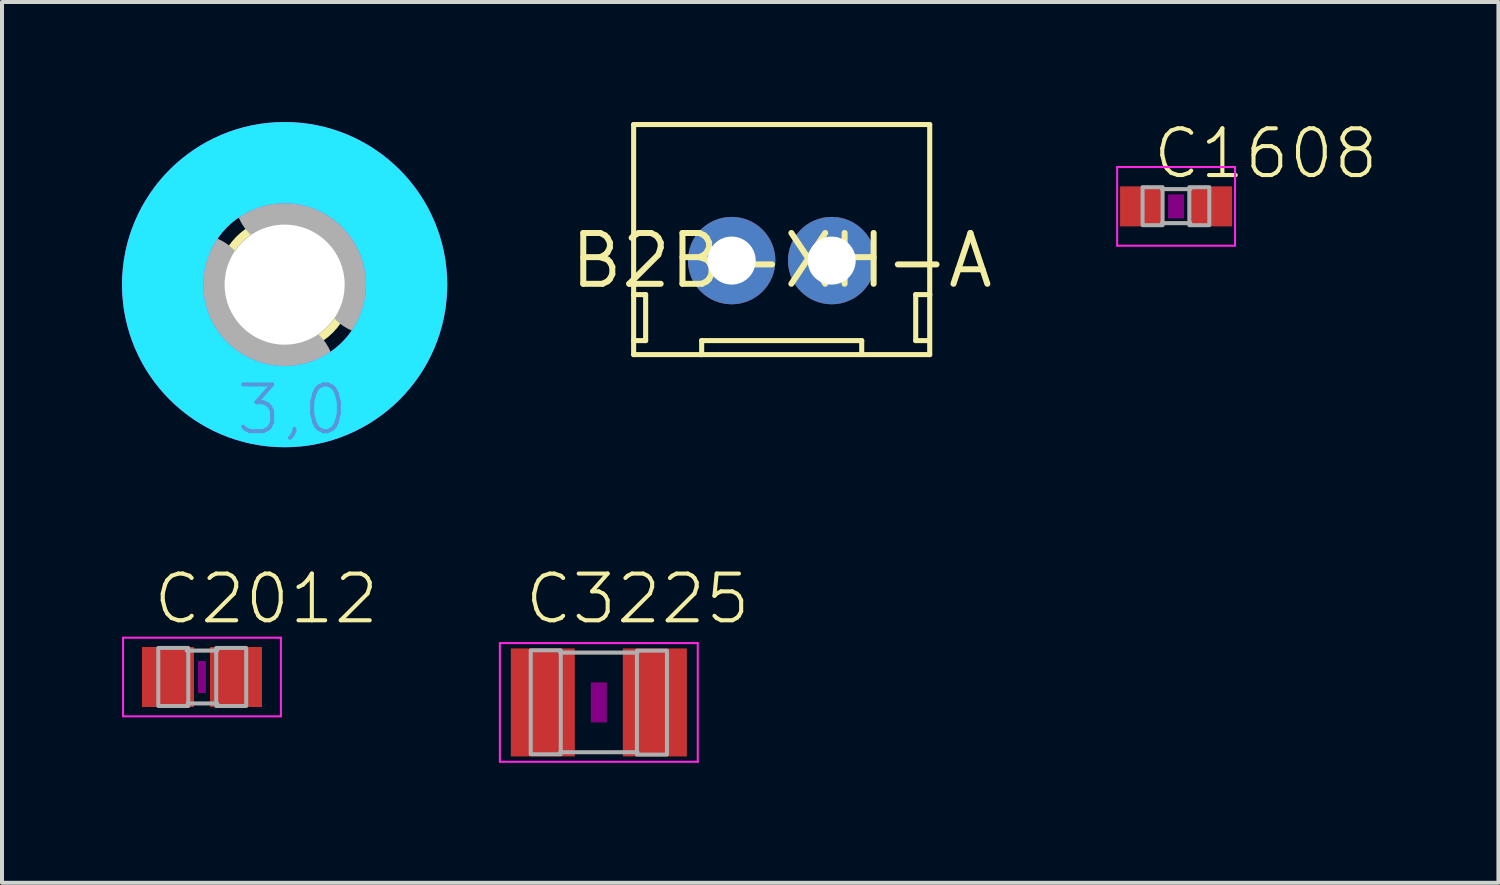
<source format=kicad_pcb>
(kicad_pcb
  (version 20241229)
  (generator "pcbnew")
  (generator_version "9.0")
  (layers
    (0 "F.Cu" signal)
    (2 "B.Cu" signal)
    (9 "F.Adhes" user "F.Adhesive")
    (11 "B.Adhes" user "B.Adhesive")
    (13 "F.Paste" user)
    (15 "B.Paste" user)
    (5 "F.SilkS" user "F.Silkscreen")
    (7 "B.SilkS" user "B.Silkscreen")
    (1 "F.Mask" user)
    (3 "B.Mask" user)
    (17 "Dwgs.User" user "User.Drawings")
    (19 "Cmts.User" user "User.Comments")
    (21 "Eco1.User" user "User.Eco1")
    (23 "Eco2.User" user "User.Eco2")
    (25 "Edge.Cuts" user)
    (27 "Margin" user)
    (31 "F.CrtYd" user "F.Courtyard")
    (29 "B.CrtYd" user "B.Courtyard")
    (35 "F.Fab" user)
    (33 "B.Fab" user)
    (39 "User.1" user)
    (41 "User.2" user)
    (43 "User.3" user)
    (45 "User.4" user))
  (footprint "B2B-XH-A"
    (layer "F.Cu")
    (at 16.487 3.463)
    (property "Reference" "B2B-XH-A" (at 0 0 0) (layer "F.SilkS") (effects (font (size 1.27 1.27) (thickness 0.15))))
    (fp_line (start -3.7 -3.4) (end 3.7 -3.4) (stroke (width 0.127) (type solid)) (layer "F.SilkS"))
    (fp_line (start -3.7 0.85) (end -3.7 -3.4) (stroke (width 0.127) (type solid)) (layer "F.SilkS"))
    (fp_line (start -3.7 0.85) (end -3.4 0.85) (stroke (width 0.127) (type solid)) (layer "F.SilkS"))
    (fp_line (start -3.7 2) (end -3.7 0.85) (stroke (width 0.127) (type solid)) (layer "F.SilkS"))
    (fp_line (start -3.7 2.35) (end -3.7 2) (stroke (width 0.127) (type solid)) (layer "F.SilkS"))
    (fp_line (start -3.7 2.35) (end -2 2.35) (stroke (width 0.127) (type solid)) (layer "F.SilkS"))
    (fp_line (start -3.4 0.85) (end -3.4 2) (stroke (width 0.127) (type solid)) (layer "F.SilkS"))
    (fp_line (start -3.4 2) (end -3.7 2) (stroke (width 0.127) (type solid)) (layer "F.SilkS"))
    (fp_line (start -2 2) (end 2 2) (stroke (width 0.127) (type solid)) (layer "F.SilkS"))
    (fp_line (start -2 2.35) (end -2 2) (stroke (width 0.127) (type solid)) (layer "F.SilkS"))
    (fp_line (start -2 2.35) (end 3.7 2.35) (stroke (width 0.127) (type solid)) (layer "F.SilkS"))
    (fp_line (start 2 2) (end 2 2.3) (stroke (width 0.127) (type solid)) (layer "F.SilkS"))
    (fp_line (start 3.35 0.85) (end 3.35 2) (stroke (width 0.127) (type solid)) (layer "F.SilkS"))
    (fp_line (start 3.35 2) (end 3.65 2) (stroke (width 0.127) (type solid)) (layer "F.SilkS"))
    (fp_line (start 3.7 -3.4) (end 3.7 0.85) (stroke (width 0.127) (type solid)) (layer "F.SilkS"))
    (fp_line (start 3.7 0.85) (end 3.35 0.85) (stroke (width 0.127) (type solid)) (layer "F.SilkS"))
    (fp_line (start 3.7 0.85) (end 3.7 2.35) (stroke (width 0.127) (type solid)) (layer "F.SilkS"))
    (pad "1" thru_hole circle (at -1.25 0 90) (size 2.184 2.184) (drill 1.2) (layers "*.Cu" "*.Mask"))
    (pad "2" thru_hole circle (at 1.25 0 90) (size 2.184 2.184) (drill 1.2) (layers "*.Cu" "*.Mask")))
  (footprint "C3225"
    (layer "F.Cu")
    (at 11.917 14.506)
    (property "Reference" "C3225" (at -1.905 -1.905 0) (layer "F.SilkS") (effects (font (size 1.168 1.168) (thickness 0.102)) (justify left bottom)))
    (fp_poly (pts (xy -0.2 0.5) (xy 0.2 0.5) (xy 0.2 -0.5) (xy -0.2 -0.5)) (stroke (width 0) (type solid)) (fill yes) (layer "F.Adhes"))
    (fp_line (start -2.473 -1.483) (end 2.473 -1.483) (stroke (width 0.051) (type solid)) (layer "F.CrtYd"))
    (fp_line (start -2.473 1.483) (end -2.473 -1.483) (stroke (width 0.051) (type solid)) (layer "F.CrtYd"))
    (fp_line (start 2.473 -1.483) (end 2.473 1.483) (stroke (width 0.051) (type solid)) (layer "F.CrtYd"))
    (fp_line (start 2.473 1.483) (end -2.473 1.483) (stroke (width 0.051) (type solid)) (layer "F.CrtYd"))
    (fp_line (start -0.965 -1.245) (end 0.965 -1.245) (stroke (width 0.102) (type solid)) (layer "F.Fab"))
    (fp_line (start -0.965 1.245) (end 0.965 1.245) (stroke (width 0.102) (type solid)) (layer "F.Fab"))
    (fp_poly (pts (xy -1.702 1.295) (xy -0.952 1.295) (xy -0.952 -1.304) (xy -1.702 -1.304)) (stroke (width 0.1) (type solid)) (fill no) (layer "F.Fab"))
    (fp_poly (pts (xy 0.952 1.304) (xy 1.702 1.304) (xy 1.702 -1.295) (xy 0.952 -1.295)) (stroke (width 0.1) (type solid)) (fill no) (layer "F.Fab"))
    (pad "1" smd rect (at -1.4 0) (size 1.6 2.7) (layers "F.Cu" "F.Mask" "F.Paste"))
    (pad "2" smd rect (at 1.4 0) (size 1.6 2.7) (layers "F.Cu" "F.Mask" "F.Paste")))
  (footprint "C2012"
    (layer "F.Cu")
    (at 1.998 13.871)
    (property "Reference" "C2012" (at -1.27 -1.27 0) (layer "F.SilkS") (effects (font (size 1.168 1.168) (thickness 0.102)) (justify left bottom)))
    (fp_poly (pts (xy -0.1 0.4) (xy 0.1 0.4) (xy 0.1 -0.4) (xy -0.1 -0.4)) (stroke (width 0) (type solid)) (fill yes) (layer "F.Adhes"))
    (fp_line (start -1.973 -0.983) (end 1.973 -0.983) (stroke (width 0.051) (type solid)) (layer "F.CrtYd"))
    (fp_line (start -1.973 0.983) (end -1.973 -0.983) (stroke (width 0.051) (type solid)) (layer "F.CrtYd"))
    (fp_line (start 1.973 -0.983) (end 1.973 0.983) (stroke (width 0.051) (type solid)) (layer "F.CrtYd"))
    (fp_line (start 1.973 0.983) (end -1.973 0.983) (stroke (width 0.051) (type solid)) (layer "F.CrtYd"))
    (fp_line (start -0.381 -0.66) (end 0.381 -0.66) (stroke (width 0.102) (type solid)) (layer "F.Fab"))
    (fp_line (start -0.356 0.66) (end 0.381 0.66) (stroke (width 0.102) (type solid)) (layer "F.Fab"))
    (fp_poly (pts (xy -1.092 0.724) (xy -0.342 0.724) (xy -0.342 -0.726) (xy -1.092 -0.726)) (stroke (width 0.1) (type solid)) (fill no) (layer "F.Fab"))
    (fp_poly (pts (xy 0.356 0.724) (xy 1.106 0.724) (xy 1.106 -0.726) (xy 0.356 -0.726)) (stroke (width 0.1) (type solid)) (fill no) (layer "F.Fab"))
    (pad "1" smd rect (at -0.85 0) (size 1.3 1.5) (layers "F.Cu" "F.Mask" "F.Paste"))
    (pad "2" smd rect (at 0.85 0) (size 1.3 1.5) (layers "F.Cu" "F.Mask" "F.Paste")))
  (footprint "C1608"
    (layer "F.Cu")
    (at 26.345 2.108)
    (property "Reference" "C1608" (at -0.635 -0.635 0) (layer "F.SilkS") (effects (font (size 1.168 1.168) (thickness 0.102)) (justify left bottom)))
    (fp_poly (pts (xy -0.2 0.3) (xy 0.2 0.3) (xy 0.2 -0.3) (xy -0.2 -0.3)) (stroke (width 0) (type solid)) (fill yes) (layer "F.Adhes"))
    (fp_line (start -1.473 -0.983) (end 1.473 -0.983) (stroke (width 0.051) (type solid)) (layer "F.CrtYd"))
    (fp_line (start -1.473 0.983) (end -1.473 -0.983) (stroke (width 0.051) (type solid)) (layer "F.CrtYd"))
    (fp_line (start 1.473 -0.983) (end 1.473 0.983) (stroke (width 0.051) (type solid)) (layer "F.CrtYd"))
    (fp_line (start 1.473 0.983) (end -1.473 0.983) (stroke (width 0.051) (type solid)) (layer "F.CrtYd"))
    (fp_line (start -0.356 -0.432) (end 0.356 -0.432) (stroke (width 0.102) (type solid)) (layer "F.Fab"))
    (fp_line (start -0.356 0.419) (end 0.356 0.419) (stroke (width 0.102) (type solid)) (layer "F.Fab"))
    (fp_poly (pts (xy -0.838 0.47) (xy -0.338 0.47) (xy -0.338 -0.48) (xy -0.838 -0.48)) (stroke (width 0.1) (type solid)) (fill no) (layer "F.Fab"))
    (fp_poly (pts (xy 0.33 0.47) (xy 0.83 0.47) (xy 0.83 -0.48) (xy 0.33 -0.48)) (stroke (width 0.1) (type solid)) (fill no) (layer "F.Fab"))
    (pad "1" smd rect (at -0.85 0) (size 1.1 1) (layers "F.Cu" "F.Mask" "F.Paste"))
    (pad "2" smd rect (at 0.85 0) (size 1.1 1) (layers "F.Cu" "F.Mask" "F.Paste")))
  (footprint "3,0"
    (layer "F.Cu")
    (at 4.064 4.064)
    (property "Reference" "3,0" (at 0 0 0) (layer "F.SilkS") (effects (font (size 1.27 1.27) (thickness 0.15))))
    (fp_circle (center 0 0) (end 1.6 0) (stroke (width 0.203) (type solid)) (fill no) (layer "F.SilkS"))
    (fp_circle (center 0 0) (end 3.429 0) (stroke (width 0.152) (type solid)) (fill no) (layer "F.SilkS"))
    (fp_circle (center 0 0) (end 3.048 0) (stroke (width 2.032) (type solid)) (fill no) (layer "B.CrtYd"))
    (fp_circle (center 0 0) (end 3.048 0) (stroke (width 2.032) (type solid)) (fill no) (layer "F.CrtYd"))
    (fp_arc (start 0 -2.159) (mid 1.526644 -1.526644) (end 2.159 0) (stroke (width 2.4892) (type solid)) (layer "F.Fab"))
    (fp_arc (start 0 2.159) (mid -1.526644 1.526644) (end -2.159 0) (stroke (width 2.4892) (type solid)) (layer "F.Fab"))
    (fp_circle (center 0 0) (end 0.762 0) (stroke (width 0.457) (type solid)) (fill no) (layer "F.Fab"))
    (fp_text user "3,0" (at -1.27 3.81 0) (layer "Cmts.User") (effects (font (size 1.168 1.168) (thickness 0.102)) (justify left bottom)))
    (pad "" np_thru_hole circle (at 0 0) (size 3 3) (drill 3) (layers "*.Cu" "*.Mask"))
    (zone (net_name "") (layer "F.Cu") (hatch edge 0.508) (connect_pads) (min_thickness 0.254) (filled_areas_thickness no) (keepout (tracks not_allowed) (vias not_allowed) (pads not_allowed) (copperpour not_allowed) (footprints allowed)) (placement (enabled no)) (fill) (polygon (pts (xy 8.128 4.064) (xy 8.066 3.358) (xy 7.883 2.674) (xy 7.584 2.032) (xy 7.177 1.452) (xy 6.676 0.951) (xy 6.096 0.544) (xy 5.454 0.245) (xy 4.77 0.062) (xy 4.064 0) (xy 3.358 0.062) (xy 2.674 0.245) (xy 2.032 0.544) (xy 1.452 0.951) (xy 0.951 1.452) (xy 0.544 2.032) (xy 0.245 2.674) (xy 0.062 3.358) (xy 0 4.064) (xy 0.062 4.77) (xy 0.245 5.454) (xy 0.544 6.096) (xy 0.951 6.676) (xy 1.452 7.177) (xy 2.032 7.584) (xy 2.674 7.883) (xy 3.358 8.066) (xy 4.064 8.128) (xy 4.77 8.066) (xy 5.454 7.883) (xy 6.096 7.584) (xy 6.676 7.177) (xy 7.177 6.676) (xy 7.584 6.096) (xy 7.883 5.454) (xy 8.066 4.77))) (polygon (pts (xy 6.096 4.064) (xy 6.065 3.711) (xy 5.973 3.369) (xy 5.824 3.048) (xy 5.621 2.758) (xy 5.37 2.507) (xy 5.08 2.304) (xy 4.759 2.155) (xy 4.417 2.063) (xy 4.064 2.032) (xy 3.711 2.063) (xy 3.369 2.155) (xy 3.048 2.304) (xy 2.758 2.507) (xy 2.507 2.758) (xy 2.304 3.048) (xy 2.155 3.369) (xy 2.063 3.711) (xy 2.032 4.064) (xy 2.063 4.417) (xy 2.155 4.759) (xy 2.304 5.08) (xy 2.507 5.37) (xy 2.758 5.621) (xy 3.048 5.824) (xy 3.369 5.973) (xy 3.711 6.065) (xy 4.064 6.096) (xy 4.417 6.065) (xy 4.759 5.973) (xy 5.08 5.824) (xy 5.37 5.621) (xy 5.621 5.37) (xy 5.824 5.08) (xy 5.973 4.759) (xy 6.065 4.417))))
    (zone (net_name "") (layers "F.Cu" "B.Cu") (hatch edge 0.508) (connect_pads) (min_thickness 0.254) (filled_areas_thickness no) (keepout (tracks allowed) (vias not_allowed) (pads allowed) (copperpour allowed) (footprints allowed)) (placement (enabled no)) (fill) (polygon (pts (xy 8.128 4.064) (xy 8.066 3.358) (xy 7.883 2.674) (xy 7.584 2.032) (xy 7.177 1.452) (xy 6.676 0.951) (xy 6.096 0.544) (xy 5.454 0.245) (xy 4.77 0.062) (xy 4.064 0) (xy 3.358 0.062) (xy 2.674 0.245) (xy 2.032 0.544) (xy 1.452 0.951) (xy 0.951 1.452) (xy 0.544 2.032) (xy 0.245 2.674) (xy 0.062 3.358) (xy 0 4.064) (xy 0.062 4.77) (xy 0.245 5.454) (xy 0.544 6.096) (xy 0.951 6.676) (xy 1.452 7.177) (xy 2.032 7.584) (xy 2.674 7.883) (xy 3.358 8.066) (xy 4.064 8.128) (xy 4.77 8.066) (xy 5.454 7.883) (xy 6.096 7.584) (xy 6.676 7.177) (xy 7.177 6.676) (xy 7.584 6.096) (xy 7.883 5.454) (xy 8.066 4.77))) (polygon (pts (xy 6.096 4.064) (xy 6.065 3.711) (xy 5.973 3.369) (xy 5.824 3.048) (xy 5.621 2.758) (xy 5.37 2.507) (xy 5.08 2.304) (xy 4.759 2.155) (xy 4.417 2.063) (xy 4.064 2.032) (xy 3.711 2.063) (xy 3.369 2.155) (xy 3.048 2.304) (xy 2.758 2.507) (xy 2.507 2.758) (xy 2.304 3.048) (xy 2.155 3.369) (xy 2.063 3.711) (xy 2.032 4.064) (xy 2.063 4.417) (xy 2.155 4.759) (xy 2.304 5.08) (xy 2.507 5.37) (xy 2.758 5.621) (xy 3.048 5.824) (xy 3.369 5.973) (xy 3.711 6.065) (xy 4.064 6.096) (xy 4.417 6.065) (xy 4.759 5.973) (xy 5.08 5.824) (xy 5.37 5.621) (xy 5.621 5.37) (xy 5.824 5.08) (xy 5.973 4.759) (xy 6.065 4.417))))
    (zone (net_name "") (layer "B.Cu") (hatch edge 0.508) (connect_pads) (min_thickness 0.254) (filled_areas_thickness no) (keepout (tracks not_allowed) (vias not_allowed) (pads not_allowed) (copperpour not_allowed) (footprints allowed)) (placement (enabled no)) (fill) (polygon (pts (xy 8.128 4.064) (xy 8.066 3.358) (xy 7.883 2.674) (xy 7.584 2.032) (xy 7.177 1.452) (xy 6.676 0.951) (xy 6.096 0.544) (xy 5.454 0.245) (xy 4.77 0.062) (xy 4.064 0) (xy 3.358 0.062) (xy 2.674 0.245) (xy 2.032 0.544) (xy 1.452 0.951) (xy 0.951 1.452) (xy 0.544 2.032) (xy 0.245 2.674) (xy 0.062 3.358) (xy 0 4.064) (xy 0.062 4.77) (xy 0.245 5.454) (xy 0.544 6.096) (xy 0.951 6.676) (xy 1.452 7.177) (xy 2.032 7.584) (xy 2.674 7.883) (xy 3.358 8.066) (xy 4.064 8.128) (xy 4.77 8.066) (xy 5.454 7.883) (xy 6.096 7.584) (xy 6.676 7.177) (xy 7.177 6.676) (xy 7.584 6.096) (xy 7.883 5.454) (xy 8.066 4.77))) (polygon (pts (xy 6.096 4.064) (xy 6.065 3.711) (xy 5.973 3.369) (xy 5.824 3.048) (xy 5.621 2.758) (xy 5.37 2.507) (xy 5.08 2.304) (xy 4.759 2.155) (xy 4.417 2.063) (xy 4.064 2.032) (xy 3.711 2.063) (xy 3.369 2.155) (xy 3.048 2.304) (xy 2.758 2.507) (xy 2.507 2.758) (xy 2.304 3.048) (xy 2.155 3.369) (xy 2.063 3.711) (xy 2.032 4.064) (xy 2.063 4.417) (xy 2.155 4.759) (xy 2.304 5.08) (xy 2.507 5.37) (xy 2.758 5.621) (xy 3.048 5.824) (xy 3.369 5.973) (xy 3.711 6.065) (xy 4.064 6.096) (xy 4.417 6.065) (xy 4.759 5.973) (xy 5.08 5.824) (xy 5.37 5.621) (xy 5.621 5.37) (xy 5.824 5.08) (xy 5.973 4.759) (xy 6.065 4.417)))))
  (gr_rect
    (start -3 -3)
    (end 34.401 19.015)
    (stroke (width 0.1) (type default))
    (fill no)
    (layer "Edge.Cuts")))
</source>
